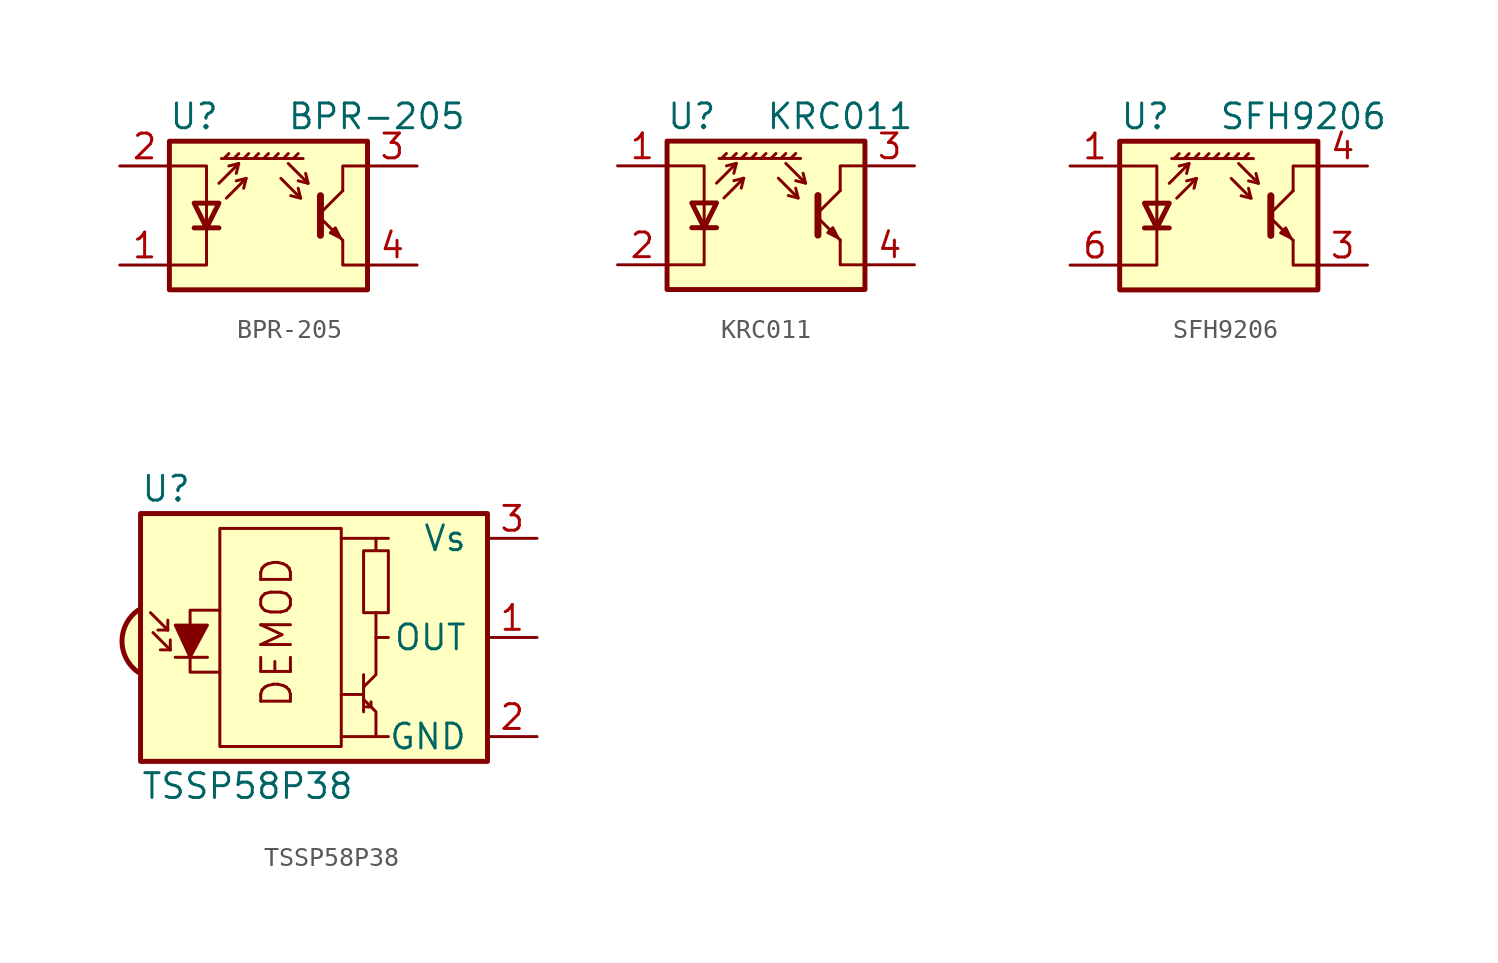
<source format=kicad_sym>
(kicad_symbol_lib
  (version 20201005)
  (generator kicad_symbol_editor)
  (symbol "BPR-205"
    (pin_names
      (offset 1.016) hide)
    (property "Reference" "U"
      (at -3.81 5.08 0)
      (effects (font (size 1.27 1.27))))
    (property "Value" "BPR-205"
      (at 10.16 5.08 0)
      (effects (font (size 1.27 1.27)) (justify right)))
    (symbol "BPR-205_0_1"
      (polyline (pts (xy -3.81 -0.635) (xy -2.54 -0.635)) (stroke (width 0.254)) (fill (type none)))
      (polyline (pts (xy -2.286 2.921) (xy -2.032 3.175)) (stroke (width 0)) (fill (type none)))
      (polyline (pts (xy -1.778 2.921) (xy -1.524 3.175)) (stroke (width 0)) (fill (type none)))
      (polyline (pts (xy -1.524 2.667) (xy -1.651 2.159)) (stroke (width 0)) (fill (type none)))
      (polyline (pts (xy -1.27 2.921) (xy -1.016 3.175)) (stroke (width 0)) (fill (type none)))
      (polyline (pts (xy -1.143 1.905) (xy -1.27 1.397)) (stroke (width 0)) (fill (type none)))
      (polyline (pts (xy -0.762 2.921) (xy -0.508 3.175)) (stroke (width 0)) (fill (type none)))
      (polyline (pts (xy -0.254 2.921) (xy 0 3.175)) (stroke (width 0)) (fill (type none)))
      (polyline (pts (xy 0.254 2.921) (xy 0.508 3.175)) (stroke (width 0)) (fill (type none)))
      (polyline (pts (xy 0.762 2.921) (xy 1.016 3.175)) (stroke (width 0)) (fill (type none)))
      (polyline (pts (xy 1.27 2.921) (xy 1.524 3.175)) (stroke (width 0)) (fill (type none)))
      (polyline (pts (xy 1.651 0.889) (xy 1.143 1.016)) (stroke (width 0)) (fill (type none)))
      (polyline (pts (xy 1.778 2.921) (xy -2.413 2.921)) (stroke (width 0)) (fill (type none)))
      (polyline (pts (xy 2.032 1.651) (xy 1.524 1.778)) (stroke (width 0)) (fill (type none)))
      (polyline (pts (xy 2.667 -0.127) (xy 3.81 -1.27)) (stroke (width 0)) (fill (type none)))
      (polyline (pts (xy 2.667 0.127) (xy 3.81 1.27)) (stroke (width 0)) (fill (type none)))
      (polyline (pts (xy -2.54 1.651) (xy -1.524 2.667) (xy -2.032 2.54)) (stroke (width 0)) (fill (type none)))
      (polyline (pts (xy -2.159 0.889) (xy -1.143 1.905) (xy -1.651 1.778)) (stroke (width 0)) (fill (type none)))
      (polyline (pts (xy 0.635 1.905) (xy 1.651 0.889) (xy 1.524 1.397)) (stroke (width 0)) (fill (type none)))
      (polyline (pts (xy 1.016 2.667) (xy 2.032 1.651) (xy 1.905 2.159)) (stroke (width 0)) (fill (type none)))
      (polyline (pts (xy 2.667 1.016) (xy 2.667 -1.016) (xy 2.667 -1.016)) (stroke (width 0.356)) (fill (type none)))
      (polyline (pts (xy 3.81 -1.27) (xy 3.81 -2.54) (xy 5.08 -2.54)) (stroke (width 0)) (fill (type none)))
      (polyline (pts (xy 3.81 1.27) (xy 3.81 2.54) (xy 5.08 2.54)) (stroke (width 0)) (fill (type none)))
      (polyline (pts (xy -5.08 -2.54) (xy -3.175 -2.54) (xy -3.175 2.54) (xy -5.08 2.54)) (stroke (width 0)) (fill (type none)))
      (polyline (pts (xy -3.175 -0.635) (xy -3.81 0.635) (xy -2.54 0.635) (xy -3.175 -0.635)) (stroke (width 0.254)) (fill (type none)))
      (polyline (pts (xy 3.683 -1.143) (xy 3.429 -0.635) (xy 3.175 -0.889) (xy 3.683 -1.143)) (stroke (width 0)) (fill (type none)))
      (polyline (pts (xy -5.08 -3.81) (xy 5.08 -3.81) (xy 5.08 3.81) (xy -5.08 3.81) (xy -5.08 -3.81)) (stroke (width 0.254)) (fill (type background))))
    (symbol "BPR-205_1_1"
      (pin passive line (at -7.62 -2.54 0) (length 2.54) (name "K" (effects (font (size 1.27 1.27)))) (number "1" (effects (font (size 1.27 1.27)))))
      (pin passive line (at -7.62 2.54 0) (length 2.54) (name "A" (effects (font (size 1.27 1.27)))) (number "2" (effects (font (size 1.27 1.27)))))
      (pin open_collector line (at 7.62 2.54 180) (length 2.54) (name "C" (effects (font (size 1.27 1.27)))) (number "3" (effects (font (size 1.27 1.27)))))
      (pin open_emitter line (at 7.62 -2.54 180) (length 2.54) (name "E" (effects (font (size 1.27 1.27)))) (number "4" (effects (font (size 1.27 1.27)))))))
  (symbol "KRC011"
    (pin_names
      (offset 1.016) hide)
    (property "Reference" "U"
      (at -3.81 5.08 0)
      (effects (font (size 1.27 1.27))))
    (property "Value" "KRC011"
      (at 7.62 5.08 0)
      (effects (font (size 1.27 1.27)) (justify right)))
    (symbol "KRC011_0_1"
      (polyline (pts (xy -3.81 -0.635) (xy -2.54 -0.635)) (stroke (width 0.254)) (fill (type none)))
      (polyline (pts (xy -2.286 2.921) (xy -2.032 3.175)) (stroke (width 0)) (fill (type none)))
      (polyline (pts (xy -1.778 2.921) (xy -1.524 3.175)) (stroke (width 0)) (fill (type none)))
      (polyline (pts (xy -1.524 2.667) (xy -1.651 2.159)) (stroke (width 0)) (fill (type none)))
      (polyline (pts (xy -1.27 2.921) (xy -1.016 3.175)) (stroke (width 0)) (fill (type none)))
      (polyline (pts (xy -1.143 1.905) (xy -1.27 1.397)) (stroke (width 0)) (fill (type none)))
      (polyline (pts (xy -0.762 2.921) (xy -0.508 3.175)) (stroke (width 0)) (fill (type none)))
      (polyline (pts (xy -0.254 2.921) (xy 0 3.175)) (stroke (width 0)) (fill (type none)))
      (polyline (pts (xy 0.254 2.921) (xy 0.508 3.175)) (stroke (width 0)) (fill (type none)))
      (polyline (pts (xy 0.762 2.921) (xy 1.016 3.175)) (stroke (width 0)) (fill (type none)))
      (polyline (pts (xy 1.27 2.921) (xy 1.524 3.175)) (stroke (width 0)) (fill (type none)))
      (polyline (pts (xy 1.651 0.889) (xy 1.143 1.016)) (stroke (width 0)) (fill (type none)))
      (polyline (pts (xy 1.778 2.921) (xy -2.413 2.921)) (stroke (width 0)) (fill (type none)))
      (polyline (pts (xy 2.032 1.651) (xy 1.524 1.778)) (stroke (width 0)) (fill (type none)))
      (polyline (pts (xy 2.667 -0.127) (xy 3.81 -1.27)) (stroke (width 0)) (fill (type none)))
      (polyline (pts (xy 2.667 0.127) (xy 3.81 1.27)) (stroke (width 0)) (fill (type none)))
      (polyline (pts (xy -2.54 1.651) (xy -1.524 2.667) (xy -2.032 2.54)) (stroke (width 0)) (fill (type none)))
      (polyline (pts (xy -2.159 0.889) (xy -1.143 1.905) (xy -1.651 1.778)) (stroke (width 0)) (fill (type none)))
      (polyline (pts (xy 0.635 1.905) (xy 1.651 0.889) (xy 1.524 1.397)) (stroke (width 0)) (fill (type none)))
      (polyline (pts (xy 1.016 2.667) (xy 2.032 1.651) (xy 1.905 2.159)) (stroke (width 0)) (fill (type none)))
      (polyline (pts (xy 2.667 1.016) (xy 2.667 -1.016) (xy 2.667 -1.016)) (stroke (width 0.356)) (fill (type none)))
      (polyline (pts (xy 3.81 -1.27) (xy 3.81 -2.54) (xy 5.08 -2.54)) (stroke (width 0)) (fill (type none)))
      (polyline (pts (xy 3.81 1.27) (xy 3.81 2.54) (xy 5.08 2.54)) (stroke (width 0)) (fill (type none)))
      (polyline (pts (xy -5.08 -2.54) (xy -3.175 -2.54) (xy -3.175 2.54) (xy -5.08 2.54)) (stroke (width 0)) (fill (type none)))
      (polyline (pts (xy -3.175 -0.635) (xy -3.81 0.635) (xy -2.54 0.635) (xy -3.175 -0.635)) (stroke (width 0.254)) (fill (type none)))
      (polyline (pts (xy 3.683 -1.143) (xy 3.429 -0.635) (xy 3.175 -0.889) (xy 3.683 -1.143)) (stroke (width 0)) (fill (type none)))
      (polyline (pts (xy -5.08 -3.81) (xy 5.08 -3.81) (xy 5.08 3.81) (xy -5.08 3.81) (xy -5.08 -3.81)) (stroke (width 0.254)) (fill (type background))))
    (symbol "KRC011_1_1"
      (pin passive line (at -7.62 2.54 0) (length 2.54) (name "A" (effects (font (size 1.27 1.27)))) (number "1" (effects (font (size 1.27 1.27)))))
      (pin passive line (at -7.62 -2.54 0) (length 2.54) (name "K" (effects (font (size 1.27 1.27)))) (number "2" (effects (font (size 1.27 1.27)))))
      (pin open_collector line (at 7.62 2.54 180) (length 2.54) (name "C" (effects (font (size 1.27 1.27)))) (number "3" (effects (font (size 1.27 1.27)))))
      (pin open_emitter line (at 7.62 -2.54 180) (length 2.54) (name "E" (effects (font (size 1.27 1.27)))) (number "4" (effects (font (size 1.27 1.27)))))))
  (symbol "SFH9206"
    (pin_names
      (offset 0.025) hide)
    (property "Reference" "U"
      (at -5.08 5.08 0)
      (effects (font (size 1.27 1.27)) (justify left)))
    (property "Value" "SFH9206"
      (at 0 5.08 0)
      (effects (font (size 1.27 1.27)) (justify left)))
    (symbol "SFH9206_0_1"
      (polyline (pts (xy -3.81 -0.635) (xy -2.54 -0.635)) (stroke (width 0.254)) (fill (type none)))
      (polyline (pts (xy -2.286 2.921) (xy -2.032 3.175)) (stroke (width 0)) (fill (type none)))
      (polyline (pts (xy -1.778 2.921) (xy -1.524 3.175)) (stroke (width 0)) (fill (type none)))
      (polyline (pts (xy -1.524 2.667) (xy -1.651 2.159)) (stroke (width 0)) (fill (type none)))
      (polyline (pts (xy -1.27 2.921) (xy -1.016 3.175)) (stroke (width 0)) (fill (type none)))
      (polyline (pts (xy -1.143 1.905) (xy -1.27 1.397)) (stroke (width 0)) (fill (type none)))
      (polyline (pts (xy -0.762 2.921) (xy -0.508 3.175)) (stroke (width 0)) (fill (type none)))
      (polyline (pts (xy -0.254 2.921) (xy 0 3.175)) (stroke (width 0)) (fill (type none)))
      (polyline (pts (xy 0.254 2.921) (xy 0.508 3.175)) (stroke (width 0)) (fill (type none)))
      (polyline (pts (xy 0.762 2.921) (xy 1.016 3.175)) (stroke (width 0)) (fill (type none)))
      (polyline (pts (xy 1.27 2.921) (xy 1.524 3.175)) (stroke (width 0)) (fill (type none)))
      (polyline (pts (xy 1.651 0.889) (xy 1.143 1.016)) (stroke (width 0)) (fill (type none)))
      (polyline (pts (xy 1.778 2.921) (xy -2.413 2.921)) (stroke (width 0)) (fill (type none)))
      (polyline (pts (xy 2.032 1.651) (xy 1.524 1.778)) (stroke (width 0)) (fill (type none)))
      (polyline (pts (xy 2.667 -0.127) (xy 3.81 -1.27)) (stroke (width 0)) (fill (type none)))
      (polyline (pts (xy 2.667 0.127) (xy 3.81 1.27)) (stroke (width 0)) (fill (type none)))
      (polyline (pts (xy -2.54 1.651) (xy -1.524 2.667) (xy -2.032 2.54)) (stroke (width 0)) (fill (type none)))
      (polyline (pts (xy -2.159 0.889) (xy -1.143 1.905) (xy -1.651 1.778)) (stroke (width 0)) (fill (type none)))
      (polyline (pts (xy 0.635 1.905) (xy 1.651 0.889) (xy 1.524 1.397)) (stroke (width 0)) (fill (type none)))
      (polyline (pts (xy 1.016 2.667) (xy 2.032 1.651) (xy 1.905 2.159)) (stroke (width 0)) (fill (type none)))
      (polyline (pts (xy 2.667 1.016) (xy 2.667 -1.016) (xy 2.667 -1.016)) (stroke (width 0.356)) (fill (type none)))
      (polyline (pts (xy 3.81 -1.27) (xy 3.81 -2.54) (xy 5.08 -2.54)) (stroke (width 0)) (fill (type none)))
      (polyline (pts (xy 3.81 1.27) (xy 3.81 2.54) (xy 5.08 2.54)) (stroke (width 0)) (fill (type none)))
      (polyline (pts (xy -5.08 -2.54) (xy -3.175 -2.54) (xy -3.175 2.54) (xy -5.08 2.54)) (stroke (width 0)) (fill (type none)))
      (polyline (pts (xy -3.175 -0.635) (xy -3.81 0.635) (xy -2.54 0.635) (xy -3.175 -0.635)) (stroke (width 0.254)) (fill (type none)))
      (polyline (pts (xy 3.683 -1.143) (xy 3.429 -0.635) (xy 3.175 -0.889) (xy 3.683 -1.143)) (stroke (width 0)) (fill (type none)))
      (polyline (pts (xy -5.08 -3.81) (xy 5.08 -3.81) (xy 5.08 3.81) (xy -5.08 3.81) (xy -5.08 -3.81)) (stroke (width 0.254)) (fill (type background))))
    (symbol "SFH9206_1_1"
      (pin passive line (at -7.62 2.54 0) (length 2.54) (name "A" (effects (font (size 1.27 1.27)))) (number "1" (effects (font (size 1.27 1.27)))))
      (pin no_connect line (at -5.08 0 0) (length 2.54) hide (name "NC" (effects (font (size 1.27 1.27)))) (number "2" (effects (font (size 1.27 1.27)))))
      (pin open_emitter line (at 7.62 -2.54 180) (length 2.54) (name "E" (effects (font (size 1.27 1.27)))) (number "3" (effects (font (size 1.27 1.27)))))
      (pin open_collector line (at 7.62 2.54 180) (length 2.54) (name "C" (effects (font (size 1.27 1.27)))) (number "4" (effects (font (size 1.27 1.27)))))
      (pin no_connect line (at 5.08 0 180) (length 2.54) hide (name "NC" (effects (font (size 1.27 1.27)))) (number "5" (effects (font (size 1.27 1.27)))))
      (pin passive line (at -7.62 -2.54 0) (length 2.54) (name "K" (effects (font (size 1.27 1.27)))) (number "6" (effects (font (size 1.27 1.27)))))))
  (symbol "TSSP58P38"
    (pin_names
      (offset 1.016))
    (property "Reference" "U"
      (at -10.16 7.62 0)
      (effects (font (size 1.27 1.27)) (justify left)))
    (property "Value" "TSSP58P38"
      (at -10.16 -7.62 0)
      (effects (font (size 1.27 1.27)) (justify left)))
    (symbol "TSSP58P38_0_0"
      (arc (start -10.287 1.397) (end -10.287 -1.778) (radius (at -9.144 -0.1778) (length 1.9558) (angles 126 -125.5)) (stroke (width 0.254)) (fill (type background)))
      (text "DEMOD" (at -3.175 0.254 900) (effects (font (size 1.524 1.524))))
      (polyline (pts (xy 1.905 -5.08) (xy 0.127 -5.08)) (stroke (width 0)) (fill (type none)))
      (polyline (pts (xy 1.905 5.08) (xy 0.127 5.08)) (stroke (width 0)) (fill (type none))))
    (symbol "TSSP58P38_0_1"
      (rectangle (start -6.096 5.588) (end 0.127 -5.588) (stroke (width 0)) (fill (type none)))
      (rectangle (start 2.54 1.27) (end 1.27 4.445) (stroke (width 0)) (fill (type none)))
      (rectangle (start 7.62 6.35) (end -10.16 -6.35) (stroke (width 0.254)) (fill (type background)))
      (polyline (pts (xy -8.763 0.381) (xy -9.652 1.27)) (stroke (width 0)) (fill (type none)))
      (polyline (pts (xy -8.763 0.381) (xy -9.271 0.381)) (stroke (width 0)) (fill (type none)))
      (polyline (pts (xy -8.763 0.381) (xy -8.763 0.889)) (stroke (width 0)) (fill (type none)))
      (polyline (pts (xy -8.636 -0.635) (xy -9.525 0.254)) (stroke (width 0)) (fill (type none)))
      (polyline (pts (xy -8.636 -0.635) (xy -9.144 -0.635)) (stroke (width 0)) (fill (type none)))
      (polyline (pts (xy -8.636 -0.635) (xy -8.636 -0.127)) (stroke (width 0)) (fill (type none)))
      (polyline (pts (xy -8.382 -1.016) (xy -6.731 -1.016)) (stroke (width 0)) (fill (type none)))
      (polyline (pts (xy 1.27 -2.921) (xy 0.127 -2.921)) (stroke (width 0)) (fill (type none)))
      (polyline (pts (xy 1.27 -1.905) (xy 1.27 -3.81)) (stroke (width 0)) (fill (type none)))
      (polyline (pts (xy 1.397 -3.556) (xy 1.524 -3.556)) (stroke (width 0)) (fill (type none)))
      (polyline (pts (xy 1.651 -3.556) (xy 1.524 -3.556)) (stroke (width 0)) (fill (type none)))
      (polyline (pts (xy 1.651 -3.556) (xy 1.651 -3.302)) (stroke (width 0)) (fill (type none)))
      (polyline (pts (xy 1.905 0) (xy 1.905 1.27)) (stroke (width 0)) (fill (type none)))
      (polyline (pts (xy 1.905 4.445) (xy 1.905 5.08) (xy 2.54 5.08)) (stroke (width 0)) (fill (type none)))
      (polyline (pts (xy -8.382 0.635) (xy -6.731 0.635) (xy -7.62 -1.016) (xy -8.382 0.635)) (stroke (width 0)) (fill (type outline)))
      (polyline (pts (xy -6.096 1.397) (xy -7.62 1.397) (xy -7.62 -1.778) (xy -6.096 -1.778)) (stroke (width 0)) (fill (type none)))
      (polyline (pts (xy 1.27 -3.175) (xy 1.905 -3.81) (xy 1.905 -5.08) (xy 2.54 -5.08)) (stroke (width 0)) (fill (type none)))
      (polyline (pts (xy 1.27 -2.54) (xy 1.905 -1.905) (xy 1.905 0) (xy 2.54 0)) (stroke (width 0)) (fill (type none))))
    (symbol "TSSP58P38_1_1"
      (pin output line (at 10.16 0 180) (length 2.54) (name "OUT" (effects (font (size 1.27 1.27)))) (number "1" (effects (font (size 1.27 1.27)))))
      (pin power_in line (at 10.16 -5.08 180) (length 2.54) (name "GND" (effects (font (size 1.27 1.27)))) (number "2" (effects (font (size 1.27 1.27)))))
      (pin power_in line (at 10.16 5.08 180) (length 2.54) (name "Vs" (effects (font (size 1.27 1.27)))) (number "3" (effects (font (size 1.27 1.27))))))))
</source>
